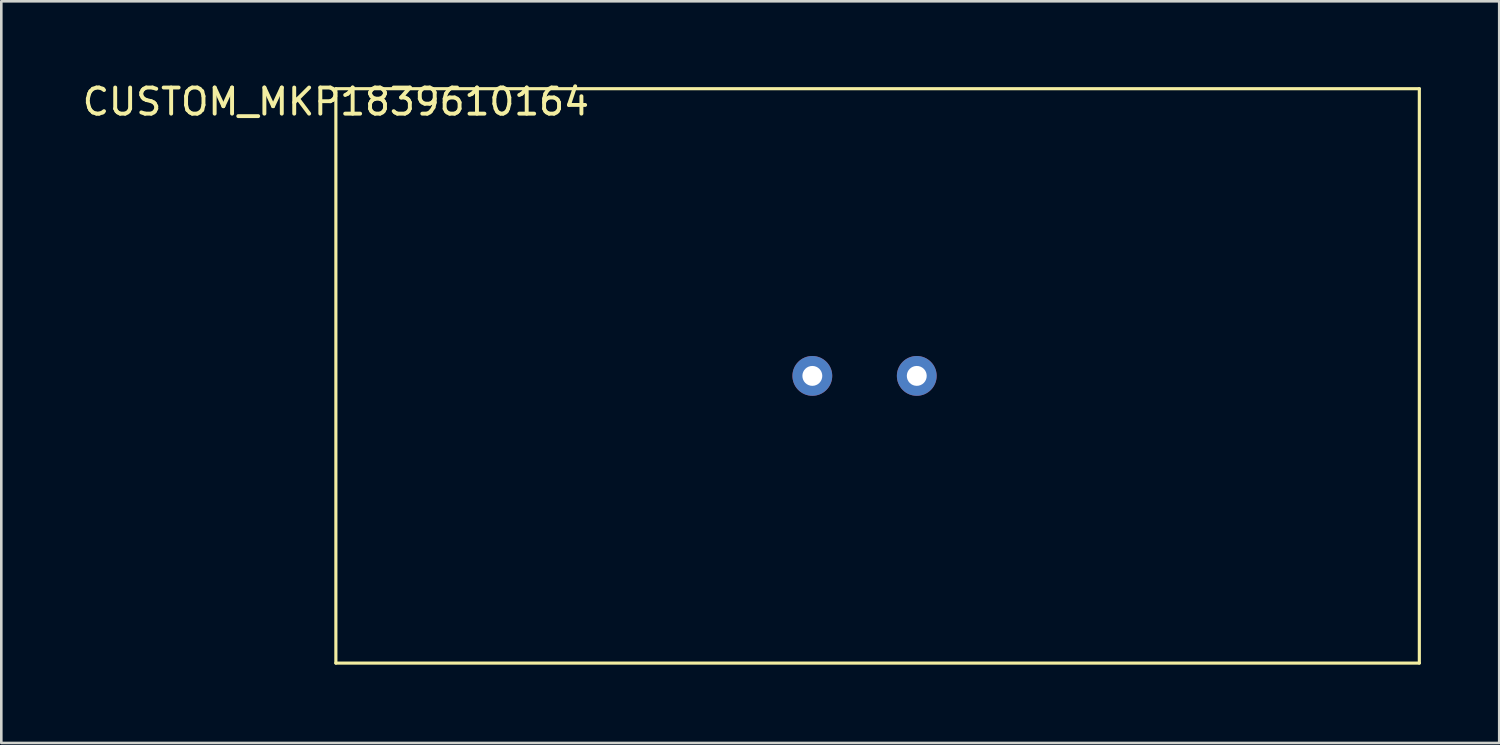
<source format=kicad_pcb>
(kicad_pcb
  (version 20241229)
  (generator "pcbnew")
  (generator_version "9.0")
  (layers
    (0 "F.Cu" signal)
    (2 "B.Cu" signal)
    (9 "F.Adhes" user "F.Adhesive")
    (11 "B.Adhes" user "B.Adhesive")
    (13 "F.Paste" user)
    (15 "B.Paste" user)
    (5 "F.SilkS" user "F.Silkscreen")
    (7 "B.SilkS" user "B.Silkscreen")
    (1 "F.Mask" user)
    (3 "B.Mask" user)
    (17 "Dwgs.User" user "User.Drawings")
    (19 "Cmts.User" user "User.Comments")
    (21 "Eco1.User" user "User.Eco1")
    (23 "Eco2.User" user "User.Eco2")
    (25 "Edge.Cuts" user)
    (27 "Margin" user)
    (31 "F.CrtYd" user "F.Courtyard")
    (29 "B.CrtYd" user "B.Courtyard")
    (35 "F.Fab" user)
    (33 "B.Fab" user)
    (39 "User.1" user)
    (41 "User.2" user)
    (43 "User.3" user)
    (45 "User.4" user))
  (footprint "CUSTOM_MKP1839610164"
    (layer "F.Cu")
    (at 9.815 0.348)
    (property "Reference" "CUSTOM_MKP1839610164" (at 0 0.5 0) (layer "F.SilkS") (effects (font (size 1 1) (thickness 0.15))))
    (attr through_hole)
    (fp_line (start 0 0) (end 0 22) (stroke (width 0.12) (type solid)) (layer "F.SilkS"))
    (fp_line (start 0 0) (end 41.5 0) (stroke (width 0.12) (type solid)) (layer "F.SilkS"))
    (fp_line (start 0 22) (end 41.5 22) (stroke (width 0.12) (type solid)) (layer "F.SilkS"))
    (fp_line (start 41.5 0) (end 41.5 22) (stroke (width 0.12) (type solid)) (layer "F.SilkS"))
    (pad "1" thru_hole circle (at 18.25 11) (size 1.524 1.524) (drill 0.762) (layers "*.Cu" "*.Mask"))
    (pad "2" thru_hole circle (at 22.25 11) (size 1.524 1.524) (drill 0.762) (layers "*.Cu" "*.Mask")))
  (gr_rect
    (start -3 -3)
    (end 54.375 25.408)
    (stroke (width 0.1) (type default))
    (fill no)
    (layer "Edge.Cuts")))
</source>
